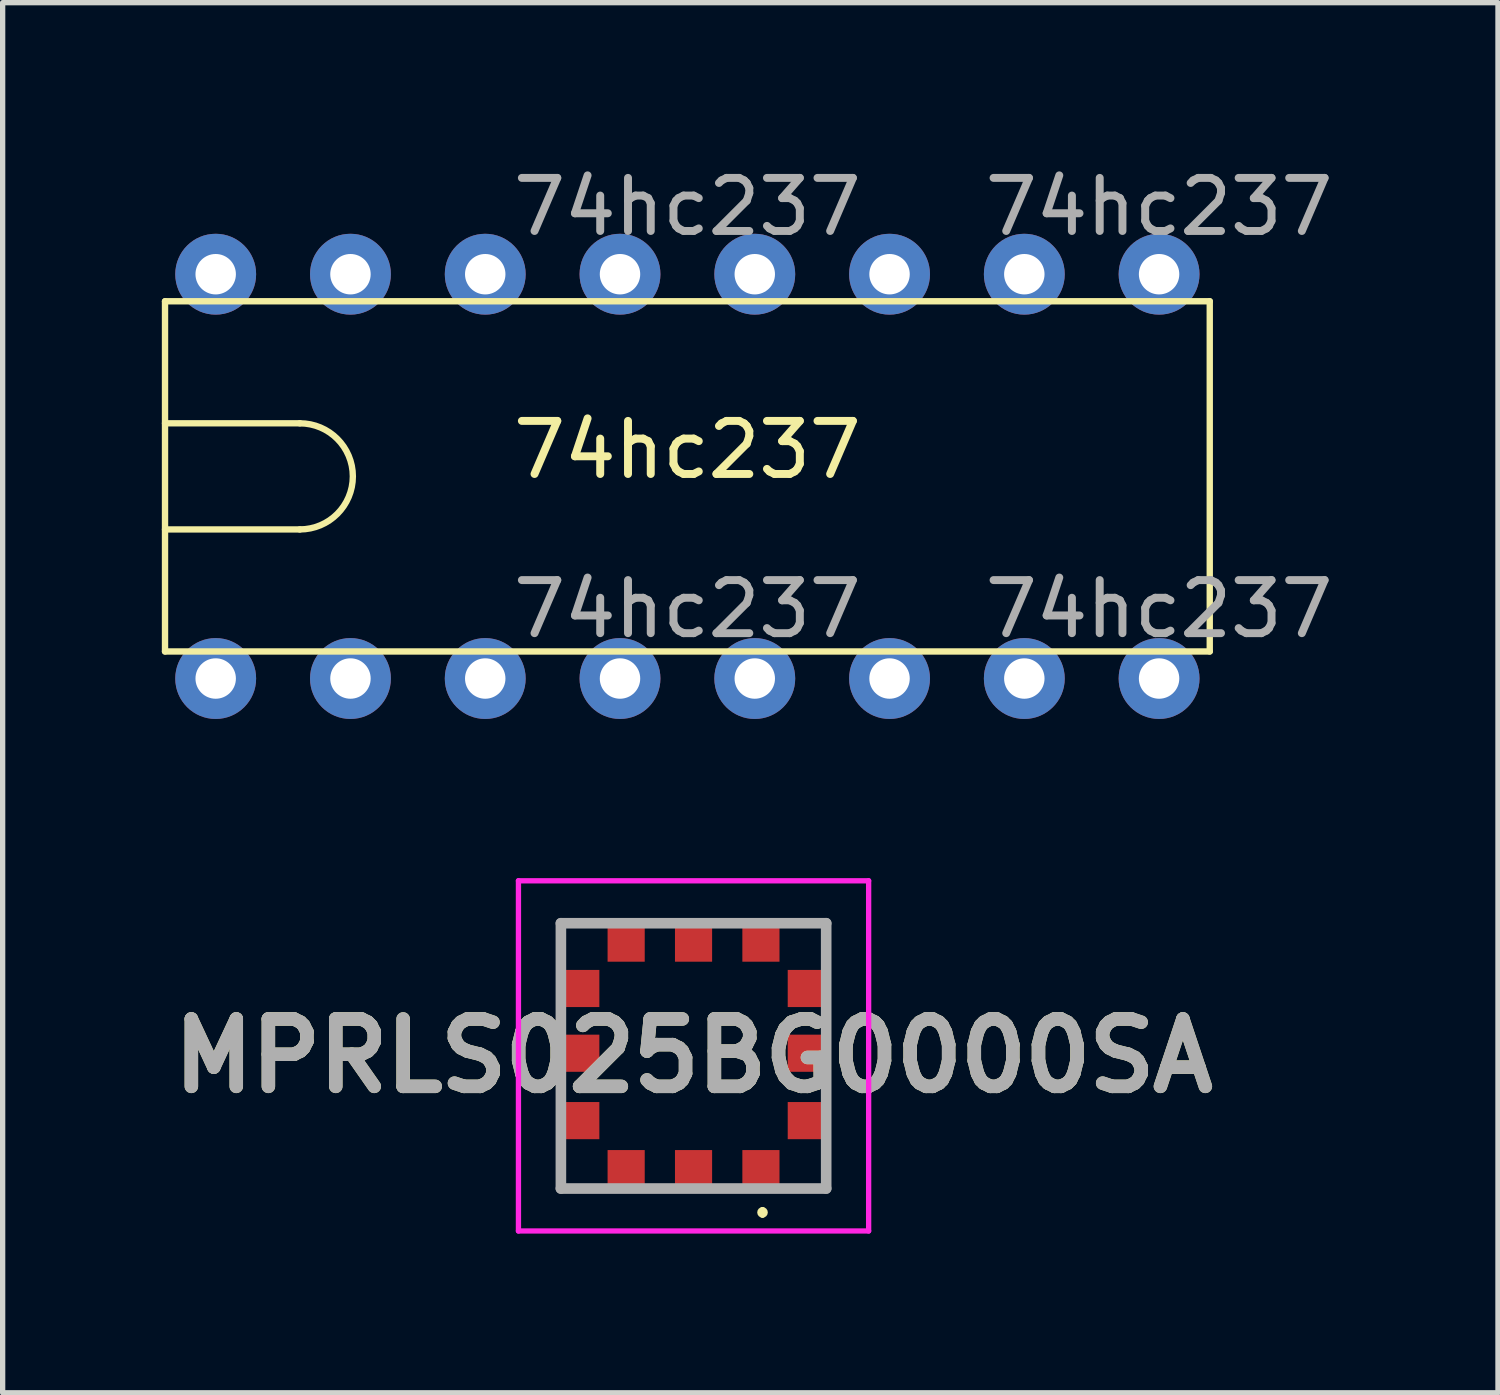
<source format=kicad_pcb>
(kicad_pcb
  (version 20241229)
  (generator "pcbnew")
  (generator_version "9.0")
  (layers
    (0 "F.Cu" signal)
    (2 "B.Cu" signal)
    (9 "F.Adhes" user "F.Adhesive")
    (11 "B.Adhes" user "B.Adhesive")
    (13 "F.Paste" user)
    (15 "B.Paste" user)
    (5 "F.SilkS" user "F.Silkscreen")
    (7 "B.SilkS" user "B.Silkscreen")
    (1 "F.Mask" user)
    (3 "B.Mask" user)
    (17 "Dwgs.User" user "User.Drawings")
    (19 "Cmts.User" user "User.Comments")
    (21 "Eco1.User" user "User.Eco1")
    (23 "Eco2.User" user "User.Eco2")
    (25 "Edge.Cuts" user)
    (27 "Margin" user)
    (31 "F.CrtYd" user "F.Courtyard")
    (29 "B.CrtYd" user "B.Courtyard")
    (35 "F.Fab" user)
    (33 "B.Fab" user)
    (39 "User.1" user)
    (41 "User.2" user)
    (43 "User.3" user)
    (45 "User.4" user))
  (footprint "MPRLS025BG0000SA"
    (layer "F.Cu")
    (at 10.021 16.85)
    (property "Reference" "MPRLS025BG0000SA" (at 0 0 0) (layer "F.SilkS") (effects (font (size 1.27 1.27) (thickness 0.254))))
    (attr through_hole)
    (fp_line (start -2.5 -2.5) (end -2 -2.5) (stroke (width 0.1) (type solid)) (layer "F.SilkS"))
    (fp_line (start -2.5 -2) (end -2.5 -2.5) (stroke (width 0.1) (type solid)) (layer "F.SilkS"))
    (fp_line (start -2.5 2.1) (end -2.5 2) (stroke (width 0.1) (type solid)) (layer "F.SilkS"))
    (fp_line (start -2.5 2.5) (end -2.5 2.1) (stroke (width 0.1) (type solid)) (layer "F.SilkS"))
    (fp_line (start -2.1 2.5) (end -2.5 2.5) (stroke (width 0.1) (type solid)) (layer "F.SilkS"))
    (fp_line (start 1.3 2.9) (end 1.3 2.9) (stroke (width 0.1) (type solid)) (layer "F.SilkS"))
    (fp_line (start 1.3 3) (end 1.3 3) (stroke (width 0.1) (type solid)) (layer "F.SilkS"))
    (fp_line (start 2 -2.5) (end 2.5 -2.5) (stroke (width 0.1) (type solid)) (layer "F.SilkS"))
    (fp_line (start 2 2.5) (end 2.5 2.5) (stroke (width 0.1) (type solid)) (layer "F.SilkS"))
    (fp_line (start 2.5 -2.5) (end 2.5 -2) (stroke (width 0.1) (type solid)) (layer "F.SilkS"))
    (fp_line (start 2.5 2.5) (end 2.5 2) (stroke (width 0.1) (type solid)) (layer "F.SilkS"))
    (fp_arc (start 1.3 2.9) (mid 1.35 2.95) (end 1.3 3) (stroke (width 0.1) (type solid)) (layer "F.SilkS"))
    (fp_arc (start 1.3 3) (mid 1.25 2.95) (end 1.3 2.9) (stroke (width 0.1) (type solid)) (layer "F.SilkS"))
    (fp_line (start -3.3 -3.3) (end 3.3 -3.3) (stroke (width 0.1) (type solid)) (layer "F.CrtYd"))
    (fp_line (start -3.3 3.3) (end -3.3 -3.3) (stroke (width 0.1) (type solid)) (layer "F.CrtYd"))
    (fp_line (start 3.3 -3.3) (end 3.3 3.3) (stroke (width 0.1) (type solid)) (layer "F.CrtYd"))
    (fp_line (start 3.3 3.3) (end -3.3 3.3) (stroke (width 0.1) (type solid)) (layer "F.CrtYd"))
    (fp_line (start -2.5 -2.5) (end -2.5 2.5) (stroke (width 0.2) (type solid)) (layer "F.Fab"))
    (fp_line (start -2.5 2.5) (end 2.5 2.5) (stroke (width 0.2) (type solid)) (layer "F.Fab"))
    (fp_line (start 2.5 -2.5) (end -2.5 -2.5) (stroke (width 0.2) (type solid)) (layer "F.Fab"))
    (fp_line (start 2.5 2.5) (end 2.5 -2.5) (stroke (width 0.2) (type solid)) (layer "F.Fab"))
    (fp_text user "${REFERENCE}" (at 0 0 0) (layer "F.Fab") (effects (font (size 1.27 1.27) (thickness 0.254))))
    (pad "1" smd rect (at 1.27 2.1 90) (size 0.65 0.7) (layers "F.Cu" "F.Mask" "F.Paste"))
    (pad "2" smd rect (at 0 2.1 90) (size 0.65 0.7) (layers "F.Cu" "F.Mask" "F.Paste"))
    (pad "3" smd rect (at -1.27 2.1 90) (size 0.65 0.7) (layers "F.Cu" "F.Mask" "F.Paste"))
    (pad "4" smd rect (at -2.1 1.22) (size 0.65 0.7) (layers "F.Cu" "F.Mask" "F.Paste"))
    (pad "5" smd rect (at -2.1 -0.05) (size 0.65 0.7) (layers "F.Cu" "F.Mask" "F.Paste"))
    (pad "6" smd rect (at -2.1 -1.27) (size 0.65 0.7) (layers "F.Cu" "F.Mask" "F.Paste"))
    (pad "7" smd rect (at -1.27 -2.1 90) (size 0.65 0.7) (layers "F.Cu" "F.Mask" "F.Paste"))
    (pad "8" smd rect (at 0 -2.1 90) (size 0.65 0.7) (layers "F.Cu" "F.Mask" "F.Paste"))
    (pad "9" smd rect (at 1.27 -2.1 90) (size 0.65 0.7) (layers "F.Cu" "F.Mask" "F.Paste"))
    (pad "10" smd rect (at 2.1 -1.27) (size 0.65 0.7) (layers "F.Cu" "F.Mask" "F.Paste"))
    (pad "11" smd rect (at 2.1 -0.05) (size 0.65 0.7) (layers "F.Cu" "F.Mask" "F.Paste"))
    (pad "12" smd rect (at 2.1 1.22) (size 0.65 0.7) (layers "F.Cu" "F.Mask" "F.Paste")))
  (footprint "74hc237"
    (layer "F.Cu")
    (at 9.905 5.928)
    (property "Reference" "74hc237" (at 0 -0.5 0) (unlocked yes) (layer "F.SilkS") (effects (font (size 1 1) (thickness 0.15))))
    (attr through_hole)
    (fp_line (start -9.845 -3.3) (end 9.845 -3.3) (stroke (width 0.12) (type solid)) (layer "F.SilkS"))
    (fp_line (start -9.845 3.3) (end -9.845 -3.3) (stroke (width 0.12) (type solid)) (layer "F.SilkS"))
    (fp_line (start -9.845 3.3) (end 9.845 3.3) (stroke (width 0.12) (type solid)) (layer "F.SilkS"))
    (fp_line (start -7.305 -1) (end -9.845 -1) (stroke (width 0.12) (type solid)) (layer "F.SilkS"))
    (fp_line (start -7.305 1) (end -9.845 1) (stroke (width 0.12) (type solid)) (layer "F.SilkS"))
    (fp_line (start 9.845 -3.3) (end 9.845 3.3) (stroke (width 0.12) (type solid)) (layer "F.SilkS"))
    (fp_arc (start -7.305 -1) (mid -6.305 0) (end -7.305 1) (stroke (width 0.12) (type solid)) (layer "F.SilkS"))
    (fp_text user "${REFERENCE}" (at 0 2.5 0) (unlocked yes) (layer "F.Fab") (effects (font (size 1 1) (thickness 0.15))))
    (fp_text user "${REFERENCE}" (at 8.89 2.5 0) (unlocked yes) (layer "F.Fab") (effects (font (size 1 1) (thickness 0.15))))
    (fp_text user "${REFERENCE}" (at 0 -5.08 0) (unlocked yes) (layer "F.Fab") (effects (font (size 1 1) (thickness 0.15))))
    (fp_text user "${REFERENCE}" (at 8.89 -5.08 0) (unlocked yes) (layer "F.Fab") (effects (font (size 1 1) (thickness 0.15))))
    (pad "1" thru_hole circle (at -8.89 3.81) (size 1.524 1.524) (drill 0.762) (layers "*.Cu" "*.Mask"))
    (pad "2" thru_hole circle (at -6.35 3.81) (size 1.524 1.524) (drill 0.762) (layers "*.Cu" "*.Mask"))
    (pad "3" thru_hole circle (at -3.81 3.81) (size 1.524 1.524) (drill 0.762) (layers "*.Cu" "*.Mask"))
    (pad "4" thru_hole circle (at -1.27 3.81) (size 1.524 1.524) (drill 0.762) (layers "*.Cu" "*.Mask"))
    (pad "5" thru_hole circle (at 1.27 3.81) (size 1.524 1.524) (drill 0.762) (layers "*.Cu" "*.Mask"))
    (pad "6" thru_hole circle (at 3.81 3.81) (size 1.524 1.524) (drill 0.762) (layers "*.Cu" "*.Mask"))
    (pad "7" thru_hole circle (at 6.35 3.81) (size 1.524 1.524) (drill 0.762) (layers "*.Cu" "*.Mask"))
    (pad "8" thru_hole circle (at 8.89 3.81) (size 1.524 1.524) (drill 0.762) (layers "*.Cu" "*.Mask"))
    (pad "9" thru_hole circle (at -8.89 -3.81) (size 1.524 1.524) (drill 0.762) (layers "*.Cu" "*.Mask"))
    (pad "10" thru_hole circle (at -6.35 -3.81) (size 1.524 1.524) (drill 0.762) (layers "*.Cu" "*.Mask"))
    (pad "11" thru_hole circle (at -3.81 -3.81) (size 1.524 1.524) (drill 0.762) (layers "*.Cu" "*.Mask"))
    (pad "12" thru_hole circle (at -1.27 -3.81) (size 1.524 1.524) (drill 0.762) (layers "*.Cu" "*.Mask"))
    (pad "13" thru_hole circle (at 1.27 -3.81) (size 1.524 1.524) (drill 0.762) (layers "*.Cu" "*.Mask"))
    (pad "14" thru_hole circle (at 3.81 -3.81) (size 1.524 1.524) (drill 0.762) (layers "*.Cu" "*.Mask"))
    (pad "15" thru_hole circle (at 6.35 -3.81) (size 1.524 1.524) (drill 0.762) (layers "*.Cu" "*.Mask"))
    (pad "16" thru_hole circle (at 8.89 -3.81) (size 1.524 1.524) (drill 0.762) (layers "*.Cu" "*.Mask")))
  (gr_rect
    (start -3 -3)
    (end 25.182 23.2)
    (stroke (width 0.1) (type default))
    (fill no)
    (layer "Edge.Cuts")))
</source>
